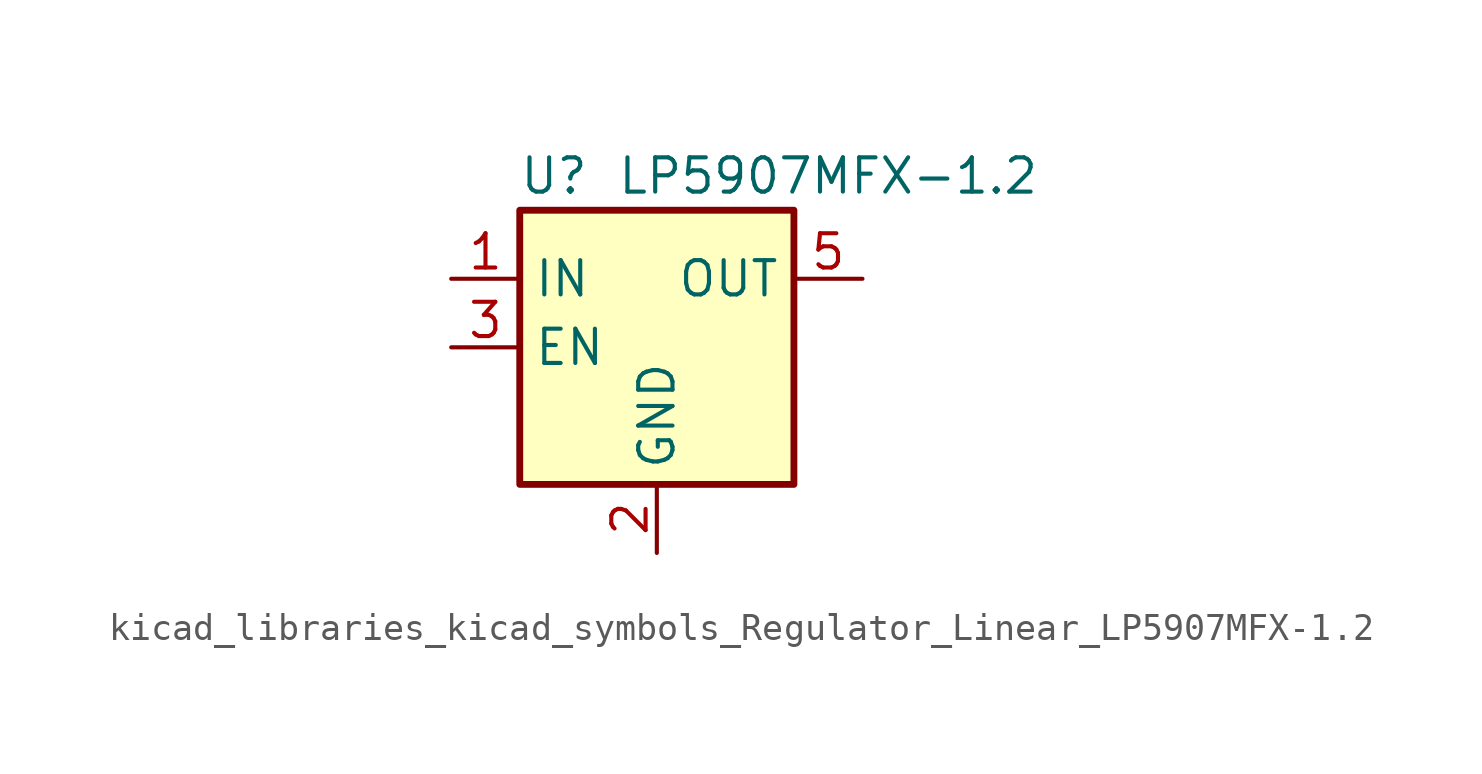
<source format=kicad_sym>
(kicad_symbol_lib
  (version 20220914)
  (generator kicad_symbol_editor)
  (symbol "kicad_libraries_kicad_symbols_Regulator_Linear_LP5907MFX-1.2"
    (property "Reference" "U"
      (at -3.81 6.35 0)
      (effects (font (size 1.27 1.27))))
    (property "Value" "LP5907MFX-1.2"
      (at 6.35 6.35 0)
      (effects (font (size 1.27 1.27))))
    (symbol "kicad_libraries_kicad_symbols_Regulator_Linear_LP5907MFX-1.2_0_1"
      (rectangle (start -5.08 -5.08) (end 5.08 5.08) (stroke (width 0.254) (type default)) (fill (type background)))
      (pin power_in line (at -7.62 2.54 0) (length 2.54) (name "IN" (effects (font (size 1.27 1.27)))) (number "1" (effects (font (size 1.27 1.27)))))
      (pin power_in line (at 0 -7.62 90) (length 2.54) (name "GND" (effects (font (size 1.27 1.27)))) (number "2" (effects (font (size 1.27 1.27)))))
      (pin input line (at -7.62 0 0) (length 2.54) (name "EN" (effects (font (size 1.27 1.27)))) (number "3" (effects (font (size 1.27 1.27)))))
      (pin no_connect line (at 5.08 0 180) (length 2.54) hide (name "NC" (effects (font (size 1.27 1.27)))) (number "4" (effects (font (size 1.27 1.27)))))
      (pin power_out line (at 7.62 2.54 180) (length 2.54) (name "OUT" (effects (font (size 1.27 1.27)))) (number "5" (effects (font (size 1.27 1.27))))))))
</source>
